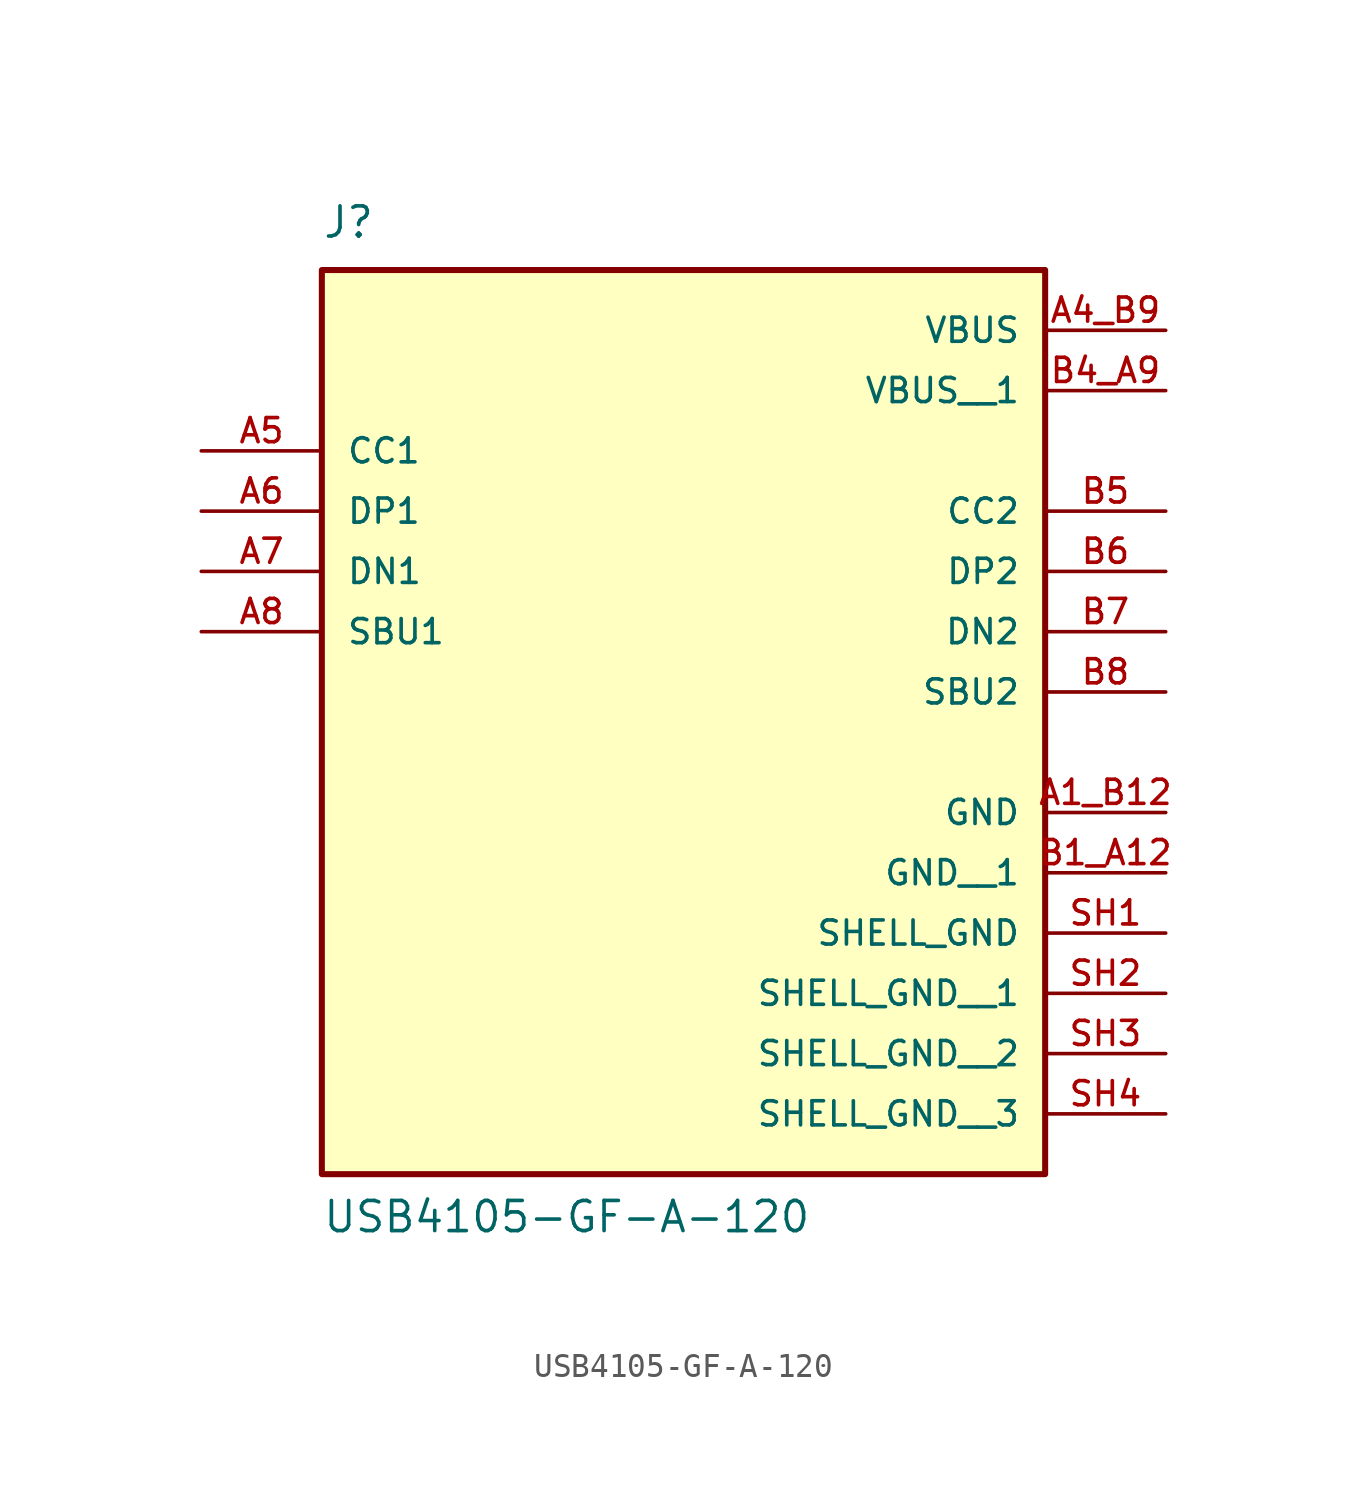
<source format=kicad_sym>
(kicad_symbol_lib
  (version 20211014)
  (generator kicad_symbol_editor)
  (symbol "USB4105-GF-A-120"
    (pin_names
      (offset 1.016))
    (property "Reference" "J"
      (at -15.24 13.97 0)
      (effects (font (size 1.27 1.27)) (justify bottom left)))
    (property "Value" "USB4105-GF-A-120"
      (at -15.24 -27.94 0)
      (effects (font (size 1.27 1.27)) (justify bottom left)))
    (symbol "USB4105-GF-A-120_0_0"
      (rectangle (start -15.24 -25.4) (end 15.24 12.7) (stroke (width 0.254)) (fill (type background)))
      (pin bidirectional line (at -20.32 5.08 0) (length 5.08) (name "CC1" (effects (font (size 1.016 1.016)))) (number "A5" (effects (font (size 1.016 1.016)))))
      (pin bidirectional line (at -20.32 2.54 0) (length 5.08) (name "DP1" (effects (font (size 1.016 1.016)))) (number "A6" (effects (font (size 1.016 1.016)))))
      (pin bidirectional line (at -20.32 0.0 0) (length 5.08) (name "DN1" (effects (font (size 1.016 1.016)))) (number "A7" (effects (font (size 1.016 1.016)))))
      (pin bidirectional line (at -20.32 -2.54 0) (length 5.08) (name "SBU1" (effects (font (size 1.016 1.016)))) (number "A8" (effects (font (size 1.016 1.016)))))
      (pin power_in line (at 20.32 10.16 180.0) (length 5.08) (name "VBUS" (effects (font (size 1.016 1.016)))) (number "A4_B9" (effects (font (size 1.016 1.016)))))
      (pin bidirectional line (at 20.32 2.54 180.0) (length 5.08) (name "CC2" (effects (font (size 1.016 1.016)))) (number "B5" (effects (font (size 1.016 1.016)))))
      (pin bidirectional line (at 20.32 0.0 180.0) (length 5.08) (name "DP2" (effects (font (size 1.016 1.016)))) (number "B6" (effects (font (size 1.016 1.016)))))
      (pin bidirectional line (at 20.32 -2.54 180.0) (length 5.08) (name "DN2" (effects (font (size 1.016 1.016)))) (number "B7" (effects (font (size 1.016 1.016)))))
      (pin bidirectional line (at 20.32 -5.08 180.0) (length 5.08) (name "SBU2" (effects (font (size 1.016 1.016)))) (number "B8" (effects (font (size 1.016 1.016)))))
      (pin power_in line (at 20.32 -10.16 180.0) (length 5.08) (name "GND" (effects (font (size 1.016 1.016)))) (number "A1_B12" (effects (font (size 1.016 1.016)))))
      (pin power_in line (at 20.32 -15.24 180.0) (length 5.08) (name "SHELL_GND" (effects (font (size 1.016 1.016)))) (number "SH1" (effects (font (size 1.016 1.016)))))
      (pin power_in line (at 20.32 7.62 180.0) (length 5.08) (name "VBUS__1" (effects (font (size 1.016 1.016)))) (number "B4_A9" (effects (font (size 1.016 1.016)))))
      (pin power_in line (at 20.32 -12.7 180.0) (length 5.08) (name "GND__1" (effects (font (size 1.016 1.016)))) (number "B1_A12" (effects (font (size 1.016 1.016)))))
      (pin power_in line (at 20.32 -17.78 180.0) (length 5.08) (name "SHELL_GND__1" (effects (font (size 1.016 1.016)))) (number "SH2" (effects (font (size 1.016 1.016)))))
      (pin power_in line (at 20.32 -20.32 180.0) (length 5.08) (name "SHELL_GND__2" (effects (font (size 1.016 1.016)))) (number "SH3" (effects (font (size 1.016 1.016)))))
      (pin power_in line (at 20.32 -22.86 180.0) (length 5.08) (name "SHELL_GND__3" (effects (font (size 1.016 1.016)))) (number "SH4" (effects (font (size 1.016 1.016))))))))
</source>
